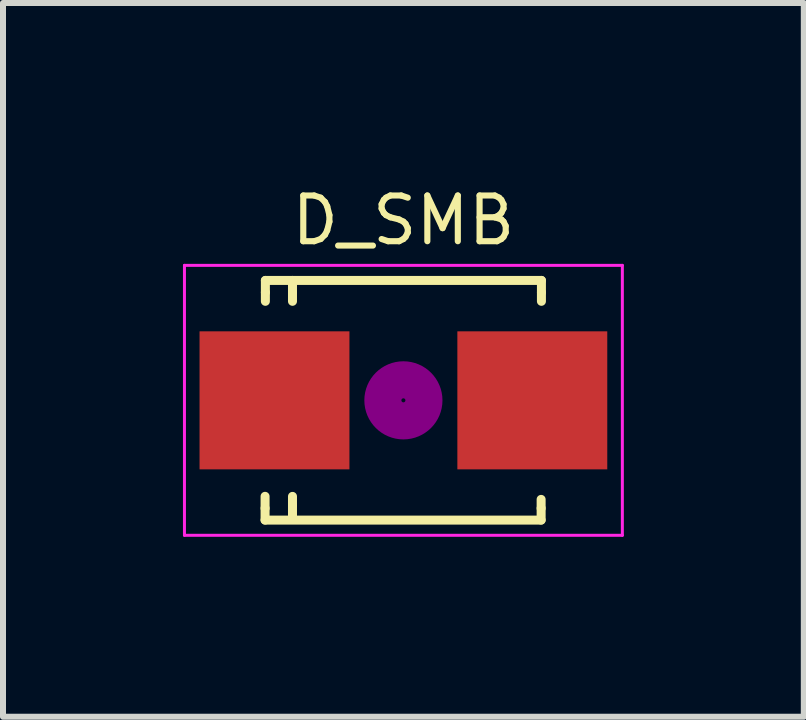
<source format=kicad_pcb>
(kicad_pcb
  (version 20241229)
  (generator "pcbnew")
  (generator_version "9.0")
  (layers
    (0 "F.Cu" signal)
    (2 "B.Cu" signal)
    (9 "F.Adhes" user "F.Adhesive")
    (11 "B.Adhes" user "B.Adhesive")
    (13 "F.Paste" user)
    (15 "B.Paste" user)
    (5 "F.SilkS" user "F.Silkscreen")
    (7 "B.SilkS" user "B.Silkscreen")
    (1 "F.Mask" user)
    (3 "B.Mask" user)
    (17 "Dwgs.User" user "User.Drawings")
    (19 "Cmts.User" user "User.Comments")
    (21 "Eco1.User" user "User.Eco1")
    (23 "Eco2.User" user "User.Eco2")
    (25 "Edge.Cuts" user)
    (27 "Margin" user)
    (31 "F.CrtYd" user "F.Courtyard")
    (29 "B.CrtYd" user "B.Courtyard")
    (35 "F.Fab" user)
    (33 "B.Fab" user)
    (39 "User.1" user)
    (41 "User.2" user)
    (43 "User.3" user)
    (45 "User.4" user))
  (footprint "D_SMB"
    (layer "F.Cu")
    (at 3.675 3.624)
    (property "Reference" "D_SMB" (at 0 -3 0) (layer "F.SilkS") (effects (font (size 0.762 0.762) (thickness 0.102))))
    (attr smd)
    (fp_line (start -2.306 1.8) (end -2.306 1.6) (stroke (width 0.15) (type solid)) (layer "F.SilkS"))
    (fp_line (start -2.306 1.996) (end -2.306 1.798) (stroke (width 0.15) (type solid)) (layer "F.SilkS"))
    (fp_line (start -2.306 1.996) (end 2.296 1.996) (stroke (width 0.15) (type solid)) (layer "F.SilkS"))
    (fp_line (start -2.301 -1.999) (end -2.301 -1.801) (stroke (width 0.15) (type solid)) (layer "F.SilkS"))
    (fp_line (start -2.301 -1.999) (end 2.301 -1.999) (stroke (width 0.15) (type solid)) (layer "F.SilkS"))
    (fp_line (start -2.301 -1.8) (end -2.301 -1.651) (stroke (width 0.15) (type solid)) (layer "F.SilkS"))
    (fp_line (start -1.849 -1.999) (end -1.849 -1.801) (stroke (width 0.15) (type solid)) (layer "F.SilkS"))
    (fp_line (start -1.849 -1.8) (end -1.849 -1.651) (stroke (width 0.15) (type solid)) (layer "F.SilkS"))
    (fp_line (start -1.849 1.75) (end -1.849 1.601) (stroke (width 0.15) (type solid)) (layer "F.SilkS"))
    (fp_line (start -1.849 1.949) (end -1.849 1.751) (stroke (width 0.15) (type solid)) (layer "F.SilkS"))
    (fp_line (start 2.296 1.8) (end 2.296 1.651) (stroke (width 0.15) (type solid)) (layer "F.SilkS"))
    (fp_line (start 2.296 1.996) (end 2.296 1.798) (stroke (width 0.15) (type solid)) (layer "F.SilkS"))
    (fp_line (start 2.301 -1.999) (end 2.301 -1.801) (stroke (width 0.15) (type solid)) (layer "F.SilkS"))
    (fp_line (start 2.301 -1.8) (end 2.301 -1.651) (stroke (width 0.15) (type solid)) (layer "F.SilkS"))
    (fp_circle (center 0 0) (end 0.201 0.099) (stroke (width 0.381) (type solid)) (fill no) (layer "F.Adhes"))
    (fp_circle (center 0 0) (end 0.45 0.099) (stroke (width 0.381) (type solid)) (fill no) (layer "F.Adhes"))
    (fp_line (start -3.65 -2.25) (end 3.65 -2.25) (stroke (width 0.05) (type solid)) (layer "F.CrtYd"))
    (fp_line (start -3.65 2.25) (end -3.65 -2.25) (stroke (width 0.05) (type solid)) (layer "F.CrtYd"))
    (fp_line (start 3.65 -2.25) (end 3.65 2.25) (stroke (width 0.05) (type solid)) (layer "F.CrtYd"))
    (fp_line (start 3.65 2.25) (end -3.65 2.25) (stroke (width 0.05) (type solid)) (layer "F.CrtYd"))
    (pad "1" smd rect (at -2.149 0) (size 2.499 2.301) (layers "F.Cu" "F.Mask" "F.Paste"))
    (pad "2" smd rect (at 2.149 0) (size 2.499 2.301) (layers "F.Cu" "F.Mask" "F.Paste")))
  (gr_rect
    (start -3 -3)
    (end 10.35 8.899)
    (stroke (width 0.1) (type default))
    (fill no)
    (layer "Edge.Cuts")))
</source>
